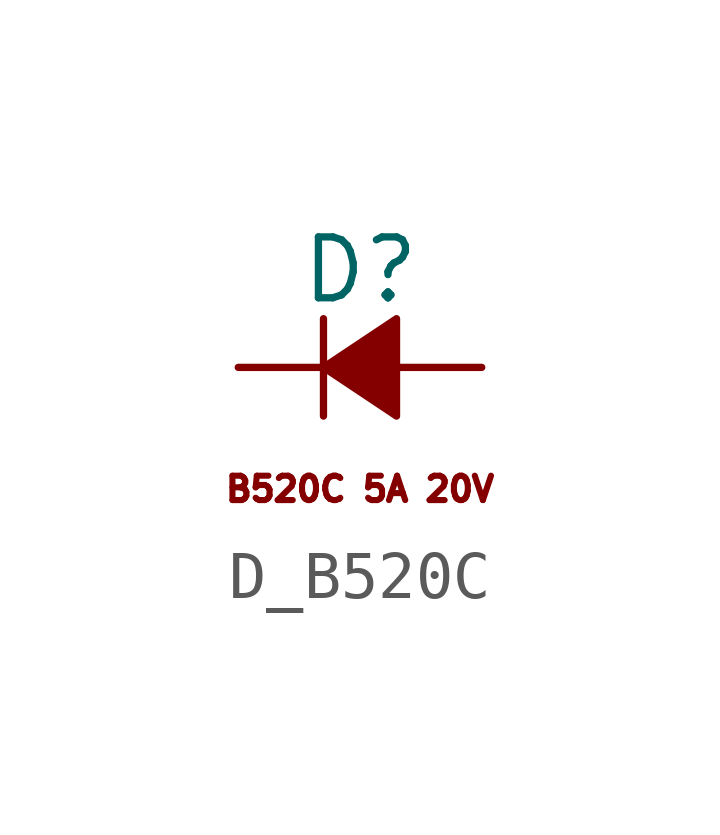
<source format=kicad_sym>
(kicad_symbol_lib
  (version 20211014)
  (generator kicad_symbol_editor)
  (symbol "D_B520C"
    (pin_numbers hide)
    (pin_names
      (offset 0.254) hide)
    (property "Reference" "D"
      (at -1.27 2.032 0)
      (effects (font (size 1.27 1.27)) (justify left)))
    (symbol "D_B520C_0_0"
      (text "B520C 5A 20V" (at 0 -2.54 0) (effects (font (size 0.508 0.508)))))
    (symbol "D_B520C_0_1"
      (polyline (pts (xy -0.762 -1.016) (xy -0.762 1.016)) (stroke (width 0) (type default) (color 0 0 0 0)) (fill (type none)))
      (polyline (pts (xy -0.762 0) (xy 0.762 0)) (stroke (width 0) (type default) (color 0 0 0 0)) (fill (type none)))
      (polyline (pts (xy 0.762 -1.016) (xy -0.762 0) (xy 0.762 1.016) (xy 0.762 -1.016)) (stroke (width 0) (type default) (color 0 0 0 0)) (fill (type outline))))
    (symbol "D_B520C_1_1"
      (pin passive line (at -2.54 0 0) (length 1.778) (name "K" (effects (font (size 1.27 1.27)))) (number "1" (effects (font (size 1.27 1.27)))))
      (pin passive line (at 2.54 0 180) (length 1.778) (name "A" (effects (font (size 1.27 1.27)))) (number "2" (effects (font (size 1.27 1.27))))))))
</source>
